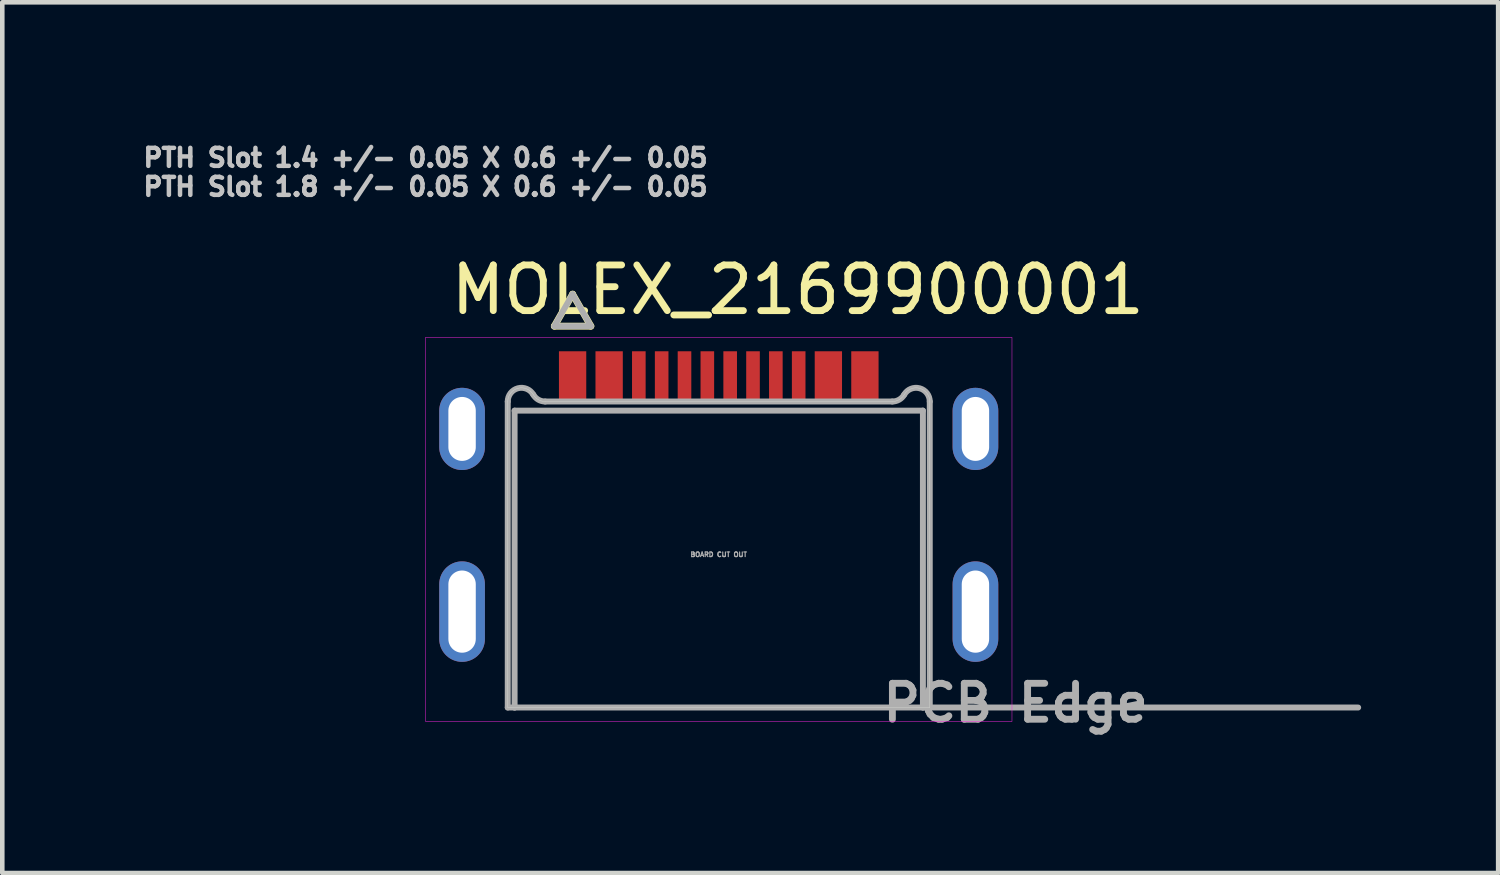
<source format=kicad_pcb>
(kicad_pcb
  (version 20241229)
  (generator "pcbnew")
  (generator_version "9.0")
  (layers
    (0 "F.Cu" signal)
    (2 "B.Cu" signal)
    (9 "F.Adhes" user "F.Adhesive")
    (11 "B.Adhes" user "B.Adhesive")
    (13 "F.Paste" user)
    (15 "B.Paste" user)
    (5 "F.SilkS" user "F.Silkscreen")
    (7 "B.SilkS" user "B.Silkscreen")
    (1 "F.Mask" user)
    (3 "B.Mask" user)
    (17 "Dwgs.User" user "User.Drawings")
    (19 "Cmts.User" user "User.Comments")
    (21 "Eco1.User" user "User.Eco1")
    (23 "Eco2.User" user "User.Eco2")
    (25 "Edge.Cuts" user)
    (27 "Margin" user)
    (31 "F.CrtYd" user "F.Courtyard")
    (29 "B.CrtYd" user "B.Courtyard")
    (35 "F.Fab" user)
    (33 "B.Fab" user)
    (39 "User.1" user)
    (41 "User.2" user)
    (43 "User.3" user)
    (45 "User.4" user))
  (footprint "MOLEX_2169900001"
    (layer "F.Cu")
    (at 12.687 12.441)
    (property "Reference" "MOLEX_2169900001" (at 1.73 -9.145 0) (layer "F.SilkS") (effects (font (size 1 1) (thickness 0.15))))
    (attr smd)
    (fp_poly (pts (xy -3.562 -7.864) (xy -2.837 -7.864) (xy -2.837 -6.636) (xy -3.562 -6.636)) (stroke (width 0.01) (type solid)) (fill yes) (layer "F.Mask"))
    (fp_poly (pts (xy -2.763 -7.864) (xy -2.038 -7.864) (xy -2.038 -6.636) (xy -2.763 -6.636)) (stroke (width 0.01) (type solid)) (fill yes) (layer "F.Mask"))
    (fp_poly (pts (xy -1.962 -7.864) (xy -1.538 -7.864) (xy -1.538 -6.636) (xy -1.962 -6.636)) (stroke (width 0.01) (type solid)) (fill yes) (layer "F.Mask"))
    (fp_poly (pts (xy -1.462 -7.864) (xy -1.038 -7.864) (xy -1.038 -6.636) (xy -1.462 -6.636)) (stroke (width 0.01) (type solid)) (fill yes) (layer "F.Mask"))
    (fp_poly (pts (xy -0.963 -7.864) (xy -0.537 -7.864) (xy -0.537 -6.636) (xy -0.963 -6.636)) (stroke (width 0.01) (type solid)) (fill yes) (layer "F.Mask"))
    (fp_poly (pts (xy -0.463 -7.864) (xy -0.037 -7.864) (xy -0.037 -6.636) (xy -0.463 -6.636)) (stroke (width 0.01) (type solid)) (fill yes) (layer "F.Mask"))
    (fp_poly (pts (xy 0.037 -7.864) (xy 0.463 -7.864) (xy 0.463 -6.636) (xy 0.037 -6.636)) (stroke (width 0.01) (type solid)) (fill yes) (layer "F.Mask"))
    (fp_poly (pts (xy 0.537 -7.864) (xy 0.963 -7.864) (xy 0.963 -6.636) (xy 0.537 -6.636)) (stroke (width 0.01) (type solid)) (fill yes) (layer "F.Mask"))
    (fp_poly (pts (xy 1.038 -7.864) (xy 1.462 -7.864) (xy 1.462 -6.636) (xy 1.038 -6.636)) (stroke (width 0.01) (type solid)) (fill yes) (layer "F.Mask"))
    (fp_poly (pts (xy 1.538 -7.864) (xy 1.962 -7.864) (xy 1.962 -6.636) (xy 1.538 -6.636)) (stroke (width 0.01) (type solid)) (fill yes) (layer "F.Mask"))
    (fp_poly (pts (xy 2.038 -7.864) (xy 2.763 -7.864) (xy 2.763 -6.636) (xy 2.038 -6.636)) (stroke (width 0.01) (type solid)) (fill yes) (layer "F.Mask"))
    (fp_poly (pts (xy 2.837 -7.864) (xy 3.562 -7.864) (xy 3.562 -6.636) (xy 2.837 -6.636)) (stroke (width 0.01) (type solid)) (fill yes) (layer "F.Mask"))
    (fp_line (start -3.6 -8.35) (end -2.8 -8.35) (stroke (width 0.15) (type solid)) (layer "F.SilkS"))
    (fp_line (start -3.2 -9.05) (end -3.6 -8.35) (stroke (width 0.15) (type solid)) (layer "F.SilkS"))
    (fp_line (start -2.8 -8.35) (end -3.2 -9.05) (stroke (width 0.15) (type solid)) (layer "F.SilkS"))
    (fp_line (start -4.62 0) (end -4.62 -6.7) (stroke (width 0.01) (type solid)) (layer "Edge.Cuts"))
    (fp_line (start -3.8 -6.7) (end 3.8 -6.7) (stroke (width 0.01) (type solid)) (layer "Edge.Cuts"))
    (fp_line (start 4.62 -6.7) (end 4.62 0) (stroke (width 0.01) (type solid)) (layer "Edge.Cuts"))
    (fp_line (start 4.62 0) (end -4.62 0) (stroke (width 0.01) (type solid)) (layer "Edge.Cuts"))
    (fp_arc (start -4.62 -6.700001) (mid -4.397644 -6.989779) (end -4.06019 -6.85) (stroke (width 0.01) (type solid)) (layer "Edge.Cuts"))
    (fp_arc (start -3.80038 -6.7) (mid -3.950382 -6.740191) (end -4.060191 -6.85) (stroke (width 0.01) (type solid)) (layer "Edge.Cuts"))
    (fp_arc (start 4.06019 -6.85) (mid 3.950381 -6.740192) (end 3.80038 -6.7) (stroke (width 0.01) (type solid)) (layer "Edge.Cuts"))
    (fp_arc (start 4.060191 -6.85) (mid 4.397645 -6.989778) (end 4.62 -6.7) (stroke (width 0.01) (type solid)) (layer "Edge.Cuts"))
    (fp_line (start -6.42 -8.1) (end -6.42 0.3) (stroke (width 0.01) (type solid)) (layer "F.CrtYd"))
    (fp_line (start -6.42 0.3) (end 6.42 0.3) (stroke (width 0.01) (type solid)) (layer "F.CrtYd"))
    (fp_line (start 6.42 -8.1) (end -6.42 -8.1) (stroke (width 0.01) (type solid)) (layer "F.CrtYd"))
    (fp_line (start 6.42 0.3) (end 6.42 -8.1) (stroke (width 0.01) (type solid)) (layer "F.CrtYd"))
    (fp_line (start -4.62 0) (end -4.62 -6.7) (stroke (width 0.13) (type solid)) (layer "F.Fab"))
    (fp_line (start -4.62 0) (end -4.47 0) (stroke (width 0.13) (type solid)) (layer "F.Fab"))
    (fp_line (start -4.47 -6.5) (end 4.47 -6.5) (stroke (width 0.13) (type solid)) (layer "F.Fab"))
    (fp_line (start -4.47 0) (end -4.47 -6.5) (stroke (width 0.13) (type solid)) (layer "F.Fab"))
    (fp_line (start -4.47 0) (end 4.47 0) (stroke (width 0.13) (type solid)) (layer "F.Fab"))
    (fp_line (start -3.8 -6.7) (end 3.8 -6.7) (stroke (width 0.13) (type solid)) (layer "F.Fab"))
    (fp_line (start -3.6 -8.35) (end -2.8 -8.35) (stroke (width 0.13) (type solid)) (layer "F.Fab"))
    (fp_line (start -3.2 -9.05) (end -3.6 -8.35) (stroke (width 0.13) (type solid)) (layer "F.Fab"))
    (fp_line (start -2.8 -8.35) (end -3.2 -9.05) (stroke (width 0.13) (type solid)) (layer "F.Fab"))
    (fp_line (start 4.47 -6.5) (end 4.47 0) (stroke (width 0.13) (type solid)) (layer "F.Fab"))
    (fp_line (start 4.47 0) (end 4.62 0) (stroke (width 0.13) (type solid)) (layer "F.Fab"))
    (fp_line (start 4.62 -6.7) (end 4.62 0) (stroke (width 0.13) (type solid)) (layer "F.Fab"))
    (fp_line (start 4.62 0) (end 14 0) (stroke (width 0.13) (type solid)) (layer "F.Fab"))
    (fp_arc (start -4.62 -6.700001) (mid -4.397644 -6.989779) (end -4.06019 -6.85) (stroke (width 0.13) (type solid)) (layer "F.Fab"))
    (fp_arc (start -3.80038 -6.7) (mid -3.950382 -6.740191) (end -4.060191 -6.85) (stroke (width 0.13) (type solid)) (layer "F.Fab"))
    (fp_arc (start 4.06019 -6.85) (mid 3.950381 -6.740192) (end 3.80038 -6.7) (stroke (width 0.13) (type solid)) (layer "F.Fab"))
    (fp_arc (start 4.060191 -6.85) (mid 4.397645 -6.989778) (end 4.62 -6.7) (stroke (width 0.13) (type solid)) (layer "F.Fab"))
    (fp_text user "PTH Slot 1.8 +/- 0.05 X 0.6 +/- 0.05" (at -6.42 -11.402 0) (layer "Dwgs.User") (effects (font (size 0.394 0.394) (thickness 0.15))))
    (fp_text user "PTH Slot 1.4 +/- 0.05 X 0.6 +/- 0.05" (at -6.42 -12.037 0) (layer "Dwgs.User") (effects (font (size 0.394 0.394) (thickness 0.15))))
    (fp_text user "PCB Edge" (at 6.5 -0.1 0) (layer "F.Fab") (effects (font (size 0.787 0.787) (thickness 0.15))))
    (fp_text user "BOARD CUT OUT" (at 0 -3.35 0) (layer "F.Fab") (effects (font (size 0.102 0.102) (thickness 0.15))))
    (pad "A1_B12" smd rect (at -3.2 -7.25) (size 0.598 1.1) (layers "F.Cu" "F.Paste"))
    (pad "A4_B9" smd rect (at -2.4 -7.25) (size 0.598 1.1) (layers "F.Cu" "F.Paste"))
    (pad "A5" smd rect (at -1.25 -7.25) (size 0.298 1.1) (layers "F.Cu" "F.Paste"))
    (pad "A6" smd rect (at -0.25 -7.25) (size 0.298 1.1) (layers "F.Cu" "F.Paste"))
    (pad "A7" smd rect (at 0.25 -7.25) (size 0.298 1.1) (layers "F.Cu" "F.Paste"))
    (pad "A8" smd rect (at 1.25 -7.25) (size 0.298 1.1) (layers "F.Cu" "F.Paste"))
    (pad "B1_A12" smd rect (at 3.2 -7.25) (size 0.598 1.1) (layers "F.Cu" "F.Paste"))
    (pad "B4_A9" smd rect (at 2.4 -7.25) (size 0.598 1.1) (layers "F.Cu" "F.Paste"))
    (pad "B5" smd rect (at 1.75 -7.25) (size 0.298 1.1) (layers "F.Cu" "F.Paste"))
    (pad "B6" smd rect (at 0.75 -7.25) (size 0.298 1.1) (layers "F.Cu" "F.Paste"))
    (pad "B7" smd rect (at -0.75 -7.25) (size 0.298 1.1) (layers "F.Cu" "F.Paste"))
    (pad "B8" smd rect (at -1.75 -7.25) (size 0.298 1.1) (layers "F.Cu" "F.Paste"))
    (pad "SH1" thru_hole oval (at -5.62 -2.1) (size 1 2.2) (drill oval 0.6 1.8) (layers "*.Cu" "*.Mask"))
    (pad "SH2" thru_hole oval (at 5.62 -2.1) (size 1 2.2) (drill oval 0.6 1.8) (layers "*.Cu" "*.Mask"))
    (pad "SH3" thru_hole oval (at -5.62 -6.1) (size 1 1.8) (drill oval 0.6 1.4) (layers "*.Cu" "*.Mask"))
    (pad "SH4" thru_hole oval (at 5.62 -6.1) (size 1 1.8) (drill oval 0.6 1.4) (layers "*.Cu" "*.Mask")))
  (gr_rect
    (start -3 -3)
    (end 29.752 16.064)
    (stroke (width 0.1) (type default))
    (fill no)
    (layer "Edge.Cuts")))
</source>
